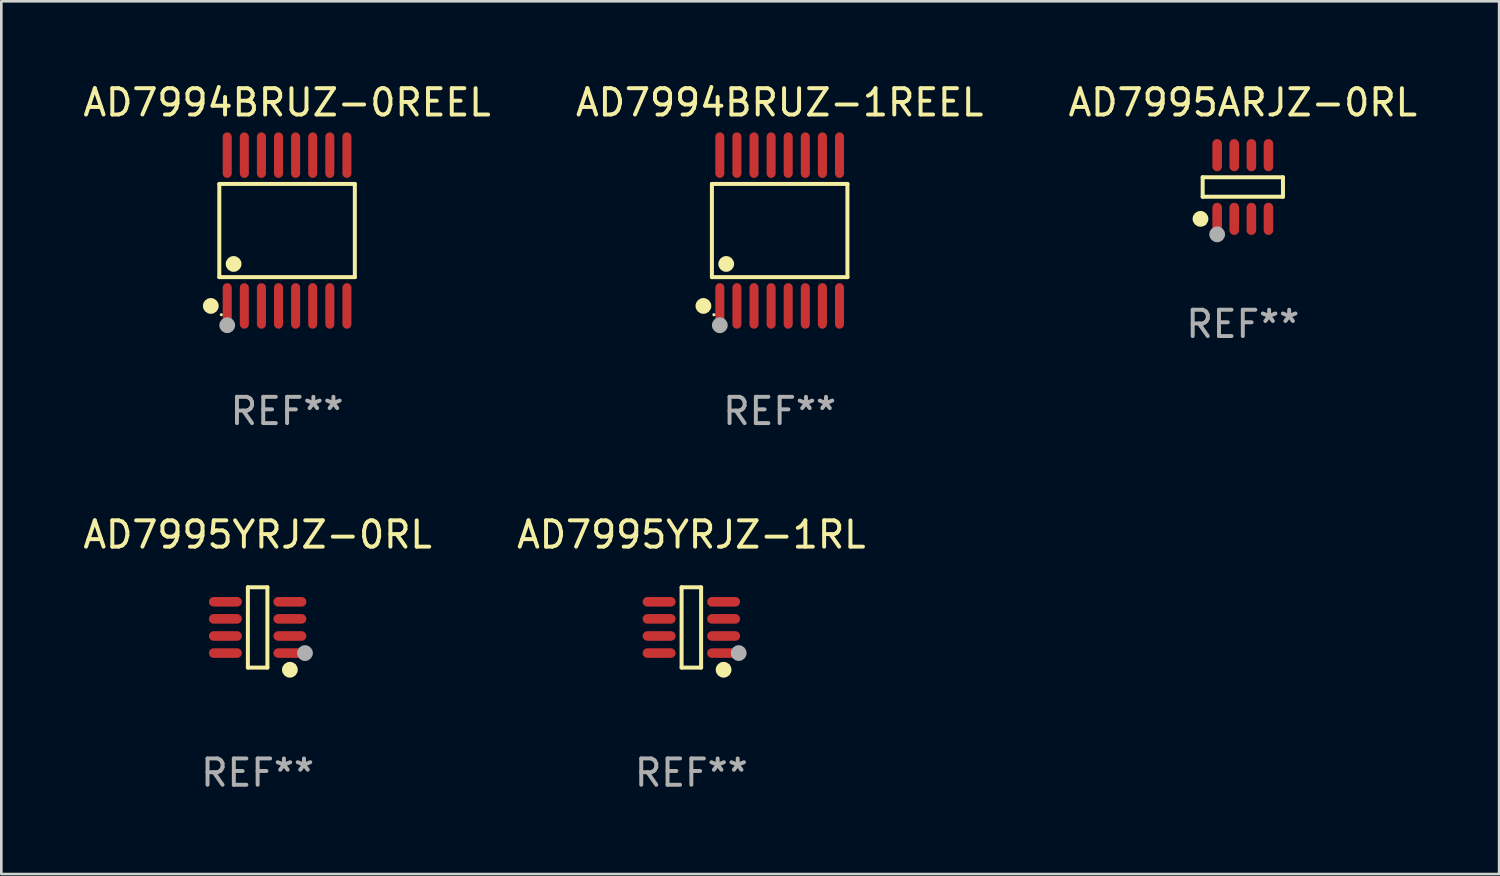
<source format=kicad_pcb>
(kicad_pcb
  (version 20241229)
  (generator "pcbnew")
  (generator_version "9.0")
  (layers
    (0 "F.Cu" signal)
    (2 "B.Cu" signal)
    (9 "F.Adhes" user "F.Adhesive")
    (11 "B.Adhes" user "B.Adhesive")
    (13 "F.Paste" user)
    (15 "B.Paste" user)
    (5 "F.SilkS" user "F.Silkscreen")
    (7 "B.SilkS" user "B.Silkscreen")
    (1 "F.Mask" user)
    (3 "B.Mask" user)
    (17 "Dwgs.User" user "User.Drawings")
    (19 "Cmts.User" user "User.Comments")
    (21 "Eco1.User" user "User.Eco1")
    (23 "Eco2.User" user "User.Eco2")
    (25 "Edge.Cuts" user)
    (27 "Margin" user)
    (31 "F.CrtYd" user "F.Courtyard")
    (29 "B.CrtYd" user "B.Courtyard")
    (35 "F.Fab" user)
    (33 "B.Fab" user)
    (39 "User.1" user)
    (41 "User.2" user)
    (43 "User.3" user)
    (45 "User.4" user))
  (footprint "AD7994BRUZ-1REEL"
    (layer "F.Cu")
    (at 26.589 5.714)
    (property "Reference" "AD7994BRUZ-1REEL" (at 0 -4.866 0) (layer "F.SilkS") (effects (font (size 1 1) (thickness 0.15))))
    (attr through_hole)
    (fp_line (start -2.576 -1.772) (end 2.576 -1.772) (stroke (width 0.152) (type solid)) (layer "F.SilkS"))
    (fp_line (start -2.576 1.771) (end -2.576 -1.772) (stroke (width 0.152) (type solid)) (layer "F.SilkS"))
    (fp_line (start 2.576 -1.772) (end 2.576 1.771) (stroke (width 0.152) (type solid)) (layer "F.SilkS"))
    (fp_line (start 2.576 1.771) (end -2.576 1.771) (stroke (width 0.152) (type solid)) (layer "F.SilkS"))
    (fp_circle (center -2.899 2.866) (end -2.749 2.866) (stroke (width 0.3) (type solid)) (fill no) (layer "F.SilkS"))
    (fp_circle (center -2.5 3.2) (end -2.47 3.2) (stroke (width 0.06) (type solid)) (fill no) (layer "F.SilkS"))
    (fp_circle (center -2.032 1.27) (end -1.882 1.27) (stroke (width 0.3) (type solid)) (fill no) (layer "F.SilkS"))
    (fp_circle (center -2.275 3.6) (end -2.125 3.6) (stroke (width 0.3) (type solid)) (fill no) (layer "F.Fab"))
    (fp_text user "REF**" (at 0 6.866 0) (layer "F.Fab") (effects (font (size 1 1) (thickness 0.15))))
    (pad "1" smd oval (at -2.275 2.866) (size 0.343 1.731) (layers "F.Cu" "F.Mask" "F.Paste"))
    (pad "2" smd oval (at -1.625 2.866) (size 0.343 1.731) (layers "F.Cu" "F.Mask" "F.Paste"))
    (pad "3" smd oval (at -0.975 2.866) (size 0.343 1.731) (layers "F.Cu" "F.Mask" "F.Paste"))
    (pad "4" smd oval (at -0.325 2.866) (size 0.343 1.731) (layers "F.Cu" "F.Mask" "F.Paste"))
    (pad "5" smd oval (at 0.325 2.866) (size 0.343 1.731) (layers "F.Cu" "F.Mask" "F.Paste"))
    (pad "6" smd oval (at 0.975 2.866) (size 0.343 1.731) (layers "F.Cu" "F.Mask" "F.Paste"))
    (pad "7" smd oval (at 1.625 2.866) (size 0.343 1.731) (layers "F.Cu" "F.Mask" "F.Paste"))
    (pad "8" smd oval (at 2.275 2.866) (size 0.343 1.731) (layers "F.Cu" "F.Mask" "F.Paste"))
    (pad "9" smd oval (at 2.275 -2.866) (size 0.343 1.731) (layers "F.Cu" "F.Mask" "F.Paste"))
    (pad "10" smd oval (at 1.625 -2.866) (size 0.343 1.731) (layers "F.Cu" "F.Mask" "F.Paste"))
    (pad "11" smd oval (at 0.975 -2.866) (size 0.343 1.731) (layers "F.Cu" "F.Mask" "F.Paste"))
    (pad "12" smd oval (at 0.325 -2.866) (size 0.343 1.731) (layers "F.Cu" "F.Mask" "F.Paste"))
    (pad "13" smd oval (at -0.325 -2.866) (size 0.343 1.731) (layers "F.Cu" "F.Mask" "F.Paste"))
    (pad "14" smd oval (at -0.975 -2.866) (size 0.343 1.731) (layers "F.Cu" "F.Mask" "F.Paste"))
    (pad "15" smd oval (at -1.625 -2.866) (size 0.343 1.731) (layers "F.Cu" "F.Mask" "F.Paste"))
    (pad "16" smd oval (at -2.275 -2.866) (size 0.343 1.731) (layers "F.Cu" "F.Mask" "F.Paste")))
  (footprint "AD7995YRJZ-1RL"
    (layer "F.Cu")
    (at 23.232 20.802)
    (property "Reference" "AD7995YRJZ-1RL" (at 0 -3.526 0) (layer "F.SilkS") (effects (font (size 1 1) (thickness 0.15))))
    (attr through_hole)
    (fp_line (start -0.371 -1.526) (end 0.371 -1.526) (stroke (width 0.152) (type solid)) (layer "F.SilkS"))
    (fp_line (start -0.371 1.526) (end -0.371 -1.526) (stroke (width 0.152) (type solid)) (layer "F.SilkS"))
    (fp_line (start 0.371 -1.526) (end 0.371 1.526) (stroke (width 0.152) (type solid)) (layer "F.SilkS"))
    (fp_line (start 0.371 1.526) (end -0.371 1.526) (stroke (width 0.152) (type solid)) (layer "F.SilkS"))
    (fp_circle (center 1.226 1.609) (end 1.376 1.609) (stroke (width 0.3) (type solid)) (fill no) (layer "F.SilkS"))
    (fp_circle (center 1.4 1.45) (end 1.43 1.45) (stroke (width 0.06) (type solid)) (fill no) (layer "F.SilkS"))
    (fp_circle (center 1.8 0.975) (end 1.95 0.975) (stroke (width 0.3) (type solid)) (fill no) (layer "F.Fab"))
    (fp_text user "REF**" (at 0 5.526 0) (layer "F.Fab") (effects (font (size 1 1) (thickness 0.15))))
    (pad "1" smd oval (at 1.226 0.975) (size 1.252 0.364) (layers "F.Cu" "F.Mask" "F.Paste"))
    (pad "2" smd oval (at 1.226 0.325) (size 1.252 0.364) (layers "F.Cu" "F.Mask" "F.Paste"))
    (pad "3" smd oval (at 1.226 -0.325) (size 1.252 0.364) (layers "F.Cu" "F.Mask" "F.Paste"))
    (pad "4" smd oval (at 1.226 -0.975) (size 1.252 0.364) (layers "F.Cu" "F.Mask" "F.Paste"))
    (pad "5" smd oval (at -1.226 -0.975) (size 1.252 0.364) (layers "F.Cu" "F.Mask" "F.Paste"))
    (pad "6" smd oval (at -1.226 -0.325) (size 1.252 0.364) (layers "F.Cu" "F.Mask" "F.Paste"))
    (pad "7" smd oval (at -1.226 0.325) (size 1.252 0.364) (layers "F.Cu" "F.Mask" "F.Paste"))
    (pad "8" smd oval (at -1.226 0.975) (size 1.252 0.364) (layers "F.Cu" "F.Mask" "F.Paste")))
  (footprint "AD7995ARJZ-0RL"
    (layer "F.Cu")
    (at 44.196 4.059)
    (property "Reference" "AD7995ARJZ-0RL" (at 0 -3.211 0) (layer "F.SilkS") (effects (font (size 1 1) (thickness 0.15))))
    (attr through_hole)
    (fp_line (start -1.526 -0.371) (end 1.526 -0.371) (stroke (width 0.152) (type solid)) (layer "F.SilkS"))
    (fp_line (start -1.526 0.371) (end -1.526 -0.371) (stroke (width 0.152) (type solid)) (layer "F.SilkS"))
    (fp_line (start 1.526 -0.371) (end 1.526 0.371) (stroke (width 0.152) (type solid)) (layer "F.SilkS"))
    (fp_line (start 1.526 0.371) (end -1.526 0.371) (stroke (width 0.152) (type solid)) (layer "F.SilkS"))
    (fp_circle (center -1.609 1.211) (end -1.459 1.211) (stroke (width 0.3) (type solid)) (fill no) (layer "F.SilkS"))
    (fp_circle (center -1.45 1.4) (end -1.42 1.4) (stroke (width 0.06) (type solid)) (fill no) (layer "F.SilkS"))
    (fp_circle (center -0.975 1.8) (end -0.825 1.8) (stroke (width 0.3) (type solid)) (fill no) (layer "F.Fab"))
    (fp_text user "REF**" (at 0 5.211 0) (layer "F.Fab") (effects (font (size 1 1) (thickness 0.15))))
    (pad "1" smd oval (at -0.975 1.211) (size 0.364 1.222) (layers "F.Cu" "F.Mask" "F.Paste"))
    (pad "2" smd oval (at -0.325 1.211) (size 0.364 1.222) (layers "F.Cu" "F.Mask" "F.Paste"))
    (pad "3" smd oval (at 0.325 1.211) (size 0.364 1.222) (layers "F.Cu" "F.Mask" "F.Paste"))
    (pad "4" smd oval (at 0.975 1.211) (size 0.364 1.222) (layers "F.Cu" "F.Mask" "F.Paste"))
    (pad "5" smd oval (at 0.975 -1.211) (size 0.364 1.222) (layers "F.Cu" "F.Mask" "F.Paste"))
    (pad "6" smd oval (at 0.325 -1.211) (size 0.364 1.222) (layers "F.Cu" "F.Mask" "F.Paste"))
    (pad "7" smd oval (at -0.325 -1.211) (size 0.364 1.222) (layers "F.Cu" "F.Mask" "F.Paste"))
    (pad "8" smd oval (at -0.975 -1.211) (size 0.364 1.222) (layers "F.Cu" "F.Mask" "F.Paste")))
  (footprint "AD7994BRUZ-0REEL"
    (layer "F.Cu")
    (at 7.863 5.714)
    (property "Reference" "AD7994BRUZ-0REEL" (at 0 -4.866 0) (layer "F.SilkS") (effects (font (size 1 1) (thickness 0.15))))
    (attr through_hole)
    (fp_line (start -2.576 -1.772) (end 2.576 -1.772) (stroke (width 0.152) (type solid)) (layer "F.SilkS"))
    (fp_line (start -2.576 1.771) (end -2.576 -1.772) (stroke (width 0.152) (type solid)) (layer "F.SilkS"))
    (fp_line (start 2.576 -1.772) (end 2.576 1.771) (stroke (width 0.152) (type solid)) (layer "F.SilkS"))
    (fp_line (start 2.576 1.771) (end -2.576 1.771) (stroke (width 0.152) (type solid)) (layer "F.SilkS"))
    (fp_circle (center -2.899 2.866) (end -2.749 2.866) (stroke (width 0.3) (type solid)) (fill no) (layer "F.SilkS"))
    (fp_circle (center -2.5 3.2) (end -2.47 3.2) (stroke (width 0.06) (type solid)) (fill no) (layer "F.SilkS"))
    (fp_circle (center -2.032 1.27) (end -1.882 1.27) (stroke (width 0.3) (type solid)) (fill no) (layer "F.SilkS"))
    (fp_circle (center -2.275 3.6) (end -2.125 3.6) (stroke (width 0.3) (type solid)) (fill no) (layer "F.Fab"))
    (fp_text user "REF**" (at 0 6.866 0) (layer "F.Fab") (effects (font (size 1 1) (thickness 0.15))))
    (pad "1" smd oval (at -2.275 2.866) (size 0.343 1.731) (layers "F.Cu" "F.Mask" "F.Paste"))
    (pad "2" smd oval (at -1.625 2.866) (size 0.343 1.731) (layers "F.Cu" "F.Mask" "F.Paste"))
    (pad "3" smd oval (at -0.975 2.866) (size 0.343 1.731) (layers "F.Cu" "F.Mask" "F.Paste"))
    (pad "4" smd oval (at -0.325 2.866) (size 0.343 1.731) (layers "F.Cu" "F.Mask" "F.Paste"))
    (pad "5" smd oval (at 0.325 2.866) (size 0.343 1.731) (layers "F.Cu" "F.Mask" "F.Paste"))
    (pad "6" smd oval (at 0.975 2.866) (size 0.343 1.731) (layers "F.Cu" "F.Mask" "F.Paste"))
    (pad "7" smd oval (at 1.625 2.866) (size 0.343 1.731) (layers "F.Cu" "F.Mask" "F.Paste"))
    (pad "8" smd oval (at 2.275 2.866) (size 0.343 1.731) (layers "F.Cu" "F.Mask" "F.Paste"))
    (pad "9" smd oval (at 2.275 -2.866) (size 0.343 1.731) (layers "F.Cu" "F.Mask" "F.Paste"))
    (pad "10" smd oval (at 1.625 -2.866) (size 0.343 1.731) (layers "F.Cu" "F.Mask" "F.Paste"))
    (pad "11" smd oval (at 0.975 -2.866) (size 0.343 1.731) (layers "F.Cu" "F.Mask" "F.Paste"))
    (pad "12" smd oval (at 0.325 -2.866) (size 0.343 1.731) (layers "F.Cu" "F.Mask" "F.Paste"))
    (pad "13" smd oval (at -0.325 -2.866) (size 0.343 1.731) (layers "F.Cu" "F.Mask" "F.Paste"))
    (pad "14" smd oval (at -0.975 -2.866) (size 0.343 1.731) (layers "F.Cu" "F.Mask" "F.Paste"))
    (pad "15" smd oval (at -1.625 -2.866) (size 0.343 1.731) (layers "F.Cu" "F.Mask" "F.Paste"))
    (pad "16" smd oval (at -2.275 -2.866) (size 0.343 1.731) (layers "F.Cu" "F.Mask" "F.Paste")))
  (footprint "AD7995YRJZ-0RL"
    (layer "F.Cu")
    (at 6.744 20.802)
    (property "Reference" "AD7995YRJZ-0RL" (at 0 -3.526 0) (layer "F.SilkS") (effects (font (size 1 1) (thickness 0.15))))
    (attr through_hole)
    (fp_line (start -0.371 -1.526) (end 0.371 -1.526) (stroke (width 0.152) (type solid)) (layer "F.SilkS"))
    (fp_line (start -0.371 1.526) (end -0.371 -1.526) (stroke (width 0.152) (type solid)) (layer "F.SilkS"))
    (fp_line (start 0.371 -1.526) (end 0.371 1.526) (stroke (width 0.152) (type solid)) (layer "F.SilkS"))
    (fp_line (start 0.371 1.526) (end -0.371 1.526) (stroke (width 0.152) (type solid)) (layer "F.SilkS"))
    (fp_circle (center 1.226 1.609) (end 1.376 1.609) (stroke (width 0.3) (type solid)) (fill no) (layer "F.SilkS"))
    (fp_circle (center 1.4 1.45) (end 1.43 1.45) (stroke (width 0.06) (type solid)) (fill no) (layer "F.SilkS"))
    (fp_circle (center 1.8 0.975) (end 1.95 0.975) (stroke (width 0.3) (type solid)) (fill no) (layer "F.Fab"))
    (fp_text user "REF**" (at 0 5.526 0) (layer "F.Fab") (effects (font (size 1 1) (thickness 0.15))))
    (pad "1" smd oval (at 1.226 0.975) (size 1.252 0.364) (layers "F.Cu" "F.Mask" "F.Paste"))
    (pad "2" smd oval (at 1.226 0.325) (size 1.252 0.364) (layers "F.Cu" "F.Mask" "F.Paste"))
    (pad "3" smd oval (at 1.226 -0.325) (size 1.252 0.364) (layers "F.Cu" "F.Mask" "F.Paste"))
    (pad "4" smd oval (at 1.226 -0.975) (size 1.252 0.364) (layers "F.Cu" "F.Mask" "F.Paste"))
    (pad "5" smd oval (at -1.226 -0.975) (size 1.252 0.364) (layers "F.Cu" "F.Mask" "F.Paste"))
    (pad "6" smd oval (at -1.226 -0.325) (size 1.252 0.364) (layers "F.Cu" "F.Mask" "F.Paste"))
    (pad "7" smd oval (at -1.226 0.325) (size 1.252 0.364) (layers "F.Cu" "F.Mask" "F.Paste"))
    (pad "8" smd oval (at -1.226 0.975) (size 1.252 0.364) (layers "F.Cu" "F.Mask" "F.Paste")))
  (gr_rect
    (start -3 -3)
    (end 53.94 30.177)
    (stroke (width 0.1) (type default))
    (fill no)
    (layer "Edge.Cuts")))
</source>
